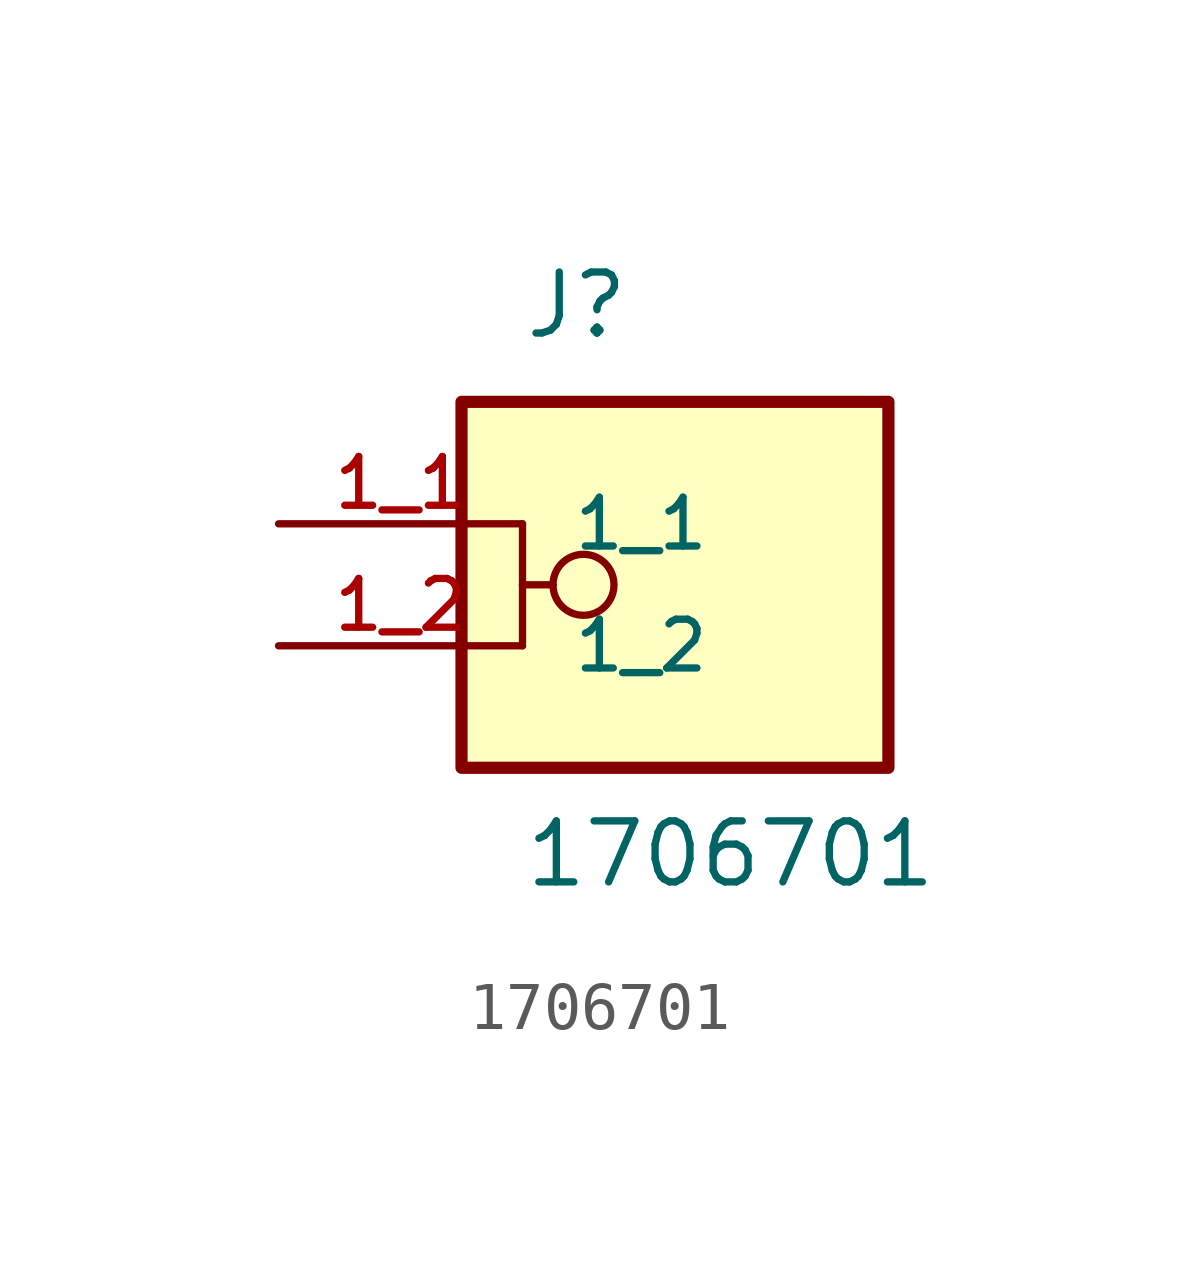
<source format=kicad_sym>
(kicad_symbol_lib
  (version 20211014)
  (generator kicad_symbol_editor)
  (symbol "1706701"
    (pin_names
      (offset 1.016))
    (property "Reference" "J"
      (at -2.54 3.81 0)
      (effects (font (size 1.27 1.27)) (justify bottom left)))
    (property "Value" "1706701"
      (at -2.54 -7.62 0)
      (effects (font (size 1.27 1.27)) (justify bottom left)))
    (symbol "1706701_0_0"
      (circle (center -1.27 -1.27) (radius 0.635) (stroke (width 0.152)) (fill (type none)))
      (polyline (pts (xy -2.54 0.0) (xy -2.54 -1.27)) (stroke (width 0.152)))
      (polyline (pts (xy -2.54 -1.27) (xy -1.905 -1.27)) (stroke (width 0.152)))
      (polyline (pts (xy -2.54 -2.54) (xy -2.54 -1.27)) (stroke (width 0.152)))
      (rectangle (start -3.81 -5.08) (end 5.08 2.54) (stroke (width 0.254)) (fill (type background)))
      (pin passive line (at -7.62 0.0 0) (length 5.08) (name "1_1" (effects (font (size 1.016 1.016)))) (number "1_1" (effects (font (size 1.016 1.016)))))
      (pin passive line (at -7.62 -2.54 0) (length 5.08) (name "1_2" (effects (font (size 1.016 1.016)))) (number "1_2" (effects (font (size 1.016 1.016))))))))
</source>
